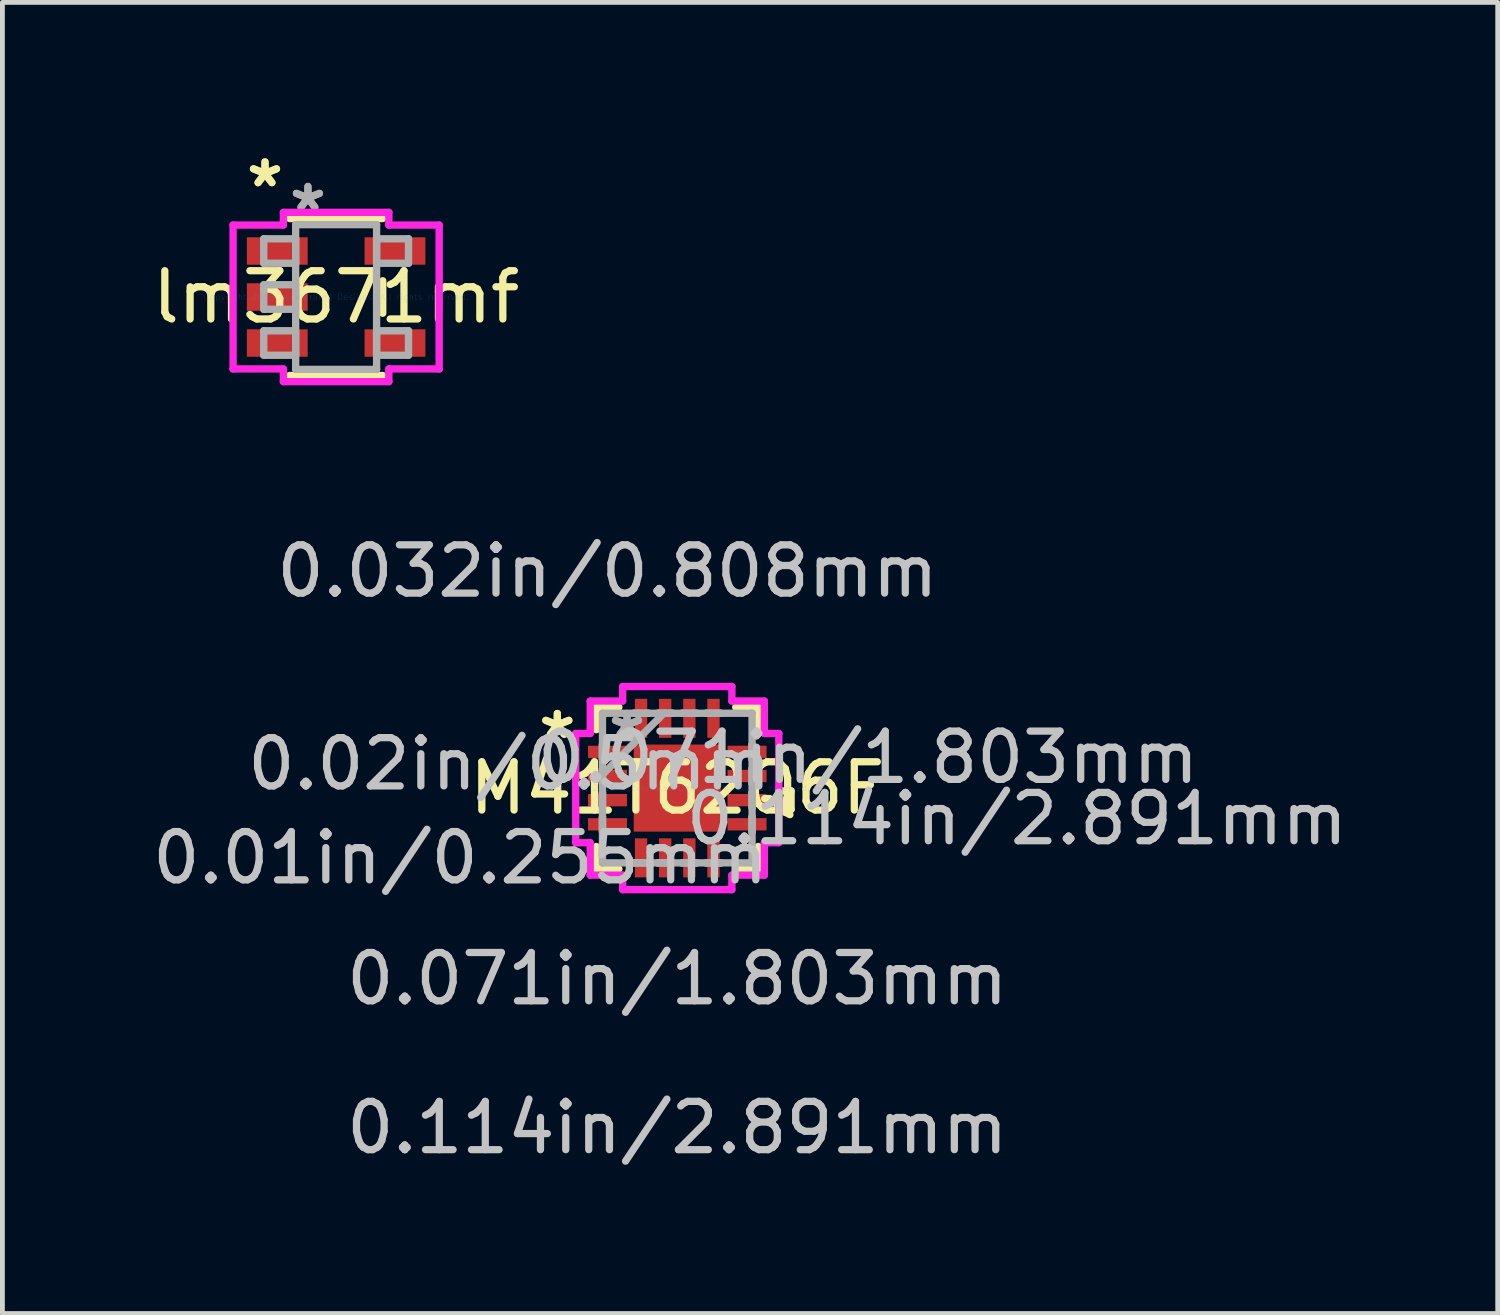
<source format=kicad_pcb>
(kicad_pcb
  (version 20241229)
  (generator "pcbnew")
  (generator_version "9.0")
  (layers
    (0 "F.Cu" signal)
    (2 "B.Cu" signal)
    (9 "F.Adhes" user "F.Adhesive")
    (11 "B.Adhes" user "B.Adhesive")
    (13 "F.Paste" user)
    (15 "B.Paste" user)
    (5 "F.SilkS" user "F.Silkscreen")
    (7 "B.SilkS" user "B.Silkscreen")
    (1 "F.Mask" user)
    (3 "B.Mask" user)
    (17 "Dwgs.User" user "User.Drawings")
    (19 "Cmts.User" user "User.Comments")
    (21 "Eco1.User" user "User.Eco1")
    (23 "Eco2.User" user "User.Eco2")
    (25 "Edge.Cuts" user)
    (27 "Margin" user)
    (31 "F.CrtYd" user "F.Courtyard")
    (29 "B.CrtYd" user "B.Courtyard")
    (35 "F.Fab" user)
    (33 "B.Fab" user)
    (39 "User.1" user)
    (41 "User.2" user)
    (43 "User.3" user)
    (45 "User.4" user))
  (footprint "M41T62Q6F"
    (layer "F.Cu")
    (at 10.976 13.271)
    (property "Reference" "M41T62Q6F" (at 0 0 0) (layer "F.SilkS") (effects (font (size 1 1) (thickness 0.15))))
    (attr through_hole)
    (fp_line (start -1.676 -1.676) (end -1.676 -1.21) (stroke (width 0.152) (type solid)) (layer "F.SilkS"))
    (fp_line (start -1.676 1.21) (end -1.676 1.676) (stroke (width 0.152) (type solid)) (layer "F.SilkS"))
    (fp_line (start -1.676 1.676) (end -1.21 1.676) (stroke (width 0.152) (type solid)) (layer "F.SilkS"))
    (fp_line (start -1.21 -1.676) (end -1.676 -1.676) (stroke (width 0.152) (type solid)) (layer "F.SilkS"))
    (fp_line (start 1.21 1.676) (end 1.676 1.676) (stroke (width 0.152) (type solid)) (layer "F.SilkS"))
    (fp_line (start 1.676 -1.676) (end 1.21 -1.676) (stroke (width 0.152) (type solid)) (layer "F.SilkS"))
    (fp_line (start 1.676 -1.21) (end 1.676 -1.676) (stroke (width 0.152) (type solid)) (layer "F.SilkS"))
    (fp_line (start 1.676 1.676) (end 1.676 1.21) (stroke (width 0.152) (type solid)) (layer "F.SilkS"))
    (fp_line (start 2.103 0.059) (end 2.357 0.059) (stroke (width 0.152) (type solid)) (layer "F.SilkS"))
    (fp_line (start 2.103 0.441) (end 2.103 0.059) (stroke (width 0.152) (type solid)) (layer "F.SilkS"))
    (fp_line (start 2.357 0.059) (end 2.357 0.441) (stroke (width 0.152) (type solid)) (layer "F.SilkS"))
    (fp_line (start 2.357 0.441) (end 2.103 0.441) (stroke (width 0.152) (type solid)) (layer "F.SilkS"))
    (fp_line (start -2.103 -1.131) (end -1.803 -1.131) (stroke (width 0.152) (type solid)) (layer "F.CrtYd"))
    (fp_line (start -2.103 1.131) (end -2.103 -1.131) (stroke (width 0.152) (type solid)) (layer "F.CrtYd"))
    (fp_line (start -1.803 -1.803) (end -1.131 -1.803) (stroke (width 0.152) (type solid)) (layer "F.CrtYd"))
    (fp_line (start -1.803 -1.131) (end -1.803 -1.803) (stroke (width 0.152) (type solid)) (layer "F.CrtYd"))
    (fp_line (start -1.803 1.131) (end -2.103 1.131) (stroke (width 0.152) (type solid)) (layer "F.CrtYd"))
    (fp_line (start -1.803 1.803) (end -1.803 1.131) (stroke (width 0.152) (type solid)) (layer "F.CrtYd"))
    (fp_line (start -1.131 -2.103) (end 1.131 -2.103) (stroke (width 0.152) (type solid)) (layer "F.CrtYd"))
    (fp_line (start -1.131 -1.803) (end -1.131 -2.103) (stroke (width 0.152) (type solid)) (layer "F.CrtYd"))
    (fp_line (start -1.131 1.803) (end -1.803 1.803) (stroke (width 0.152) (type solid)) (layer "F.CrtYd"))
    (fp_line (start -1.131 2.103) (end -1.131 1.803) (stroke (width 0.152) (type solid)) (layer "F.CrtYd"))
    (fp_line (start 1.131 -2.103) (end 1.131 -1.803) (stroke (width 0.152) (type solid)) (layer "F.CrtYd"))
    (fp_line (start 1.131 -1.803) (end 1.803 -1.803) (stroke (width 0.152) (type solid)) (layer "F.CrtYd"))
    (fp_line (start 1.131 1.803) (end 1.131 2.103) (stroke (width 0.152) (type solid)) (layer "F.CrtYd"))
    (fp_line (start 1.131 2.103) (end -1.131 2.103) (stroke (width 0.152) (type solid)) (layer "F.CrtYd"))
    (fp_line (start 1.803 -1.803) (end 1.803 -1.131) (stroke (width 0.152) (type solid)) (layer "F.CrtYd"))
    (fp_line (start 1.803 -1.131) (end 2.103 -1.131) (stroke (width 0.152) (type solid)) (layer "F.CrtYd"))
    (fp_line (start 1.803 1.131) (end 1.803 1.803) (stroke (width 0.152) (type solid)) (layer "F.CrtYd"))
    (fp_line (start 1.803 1.803) (end 1.131 1.803) (stroke (width 0.152) (type solid)) (layer "F.CrtYd"))
    (fp_line (start 2.103 -1.131) (end 2.103 1.131) (stroke (width 0.152) (type solid)) (layer "F.CrtYd"))
    (fp_line (start 2.103 1.131) (end 1.803 1.131) (stroke (width 0.152) (type solid)) (layer "F.CrtYd"))
    (fp_line (start -1.549 -1.549) (end -1.549 -1.549) (stroke (width 0.152) (type solid)) (layer "F.Fab"))
    (fp_line (start -1.549 -1.549) (end -1.549 1.549) (stroke (width 0.152) (type solid)) (layer "F.Fab"))
    (fp_line (start -1.549 -0.902) (end -1.549 -0.902) (stroke (width 0.152) (type solid)) (layer "F.Fab"))
    (fp_line (start -1.549 -0.902) (end -1.549 -0.598) (stroke (width 0.152) (type solid)) (layer "F.Fab"))
    (fp_line (start -1.549 -0.598) (end -1.549 -0.902) (stroke (width 0.152) (type solid)) (layer "F.Fab"))
    (fp_line (start -1.549 -0.598) (end -1.549 -0.598) (stroke (width 0.152) (type solid)) (layer "F.Fab"))
    (fp_line (start -1.549 -0.402) (end -1.549 -0.402) (stroke (width 0.152) (type solid)) (layer "F.Fab"))
    (fp_line (start -1.549 -0.402) (end -1.549 -0.098) (stroke (width 0.152) (type solid)) (layer "F.Fab"))
    (fp_line (start -1.549 -0.279) (end -0.279 -1.549) (stroke (width 0.152) (type solid)) (layer "F.Fab"))
    (fp_line (start -1.549 -0.098) (end -1.549 -0.402) (stroke (width 0.152) (type solid)) (layer "F.Fab"))
    (fp_line (start -1.549 -0.098) (end -1.549 -0.098) (stroke (width 0.152) (type solid)) (layer "F.Fab"))
    (fp_line (start -1.549 0.098) (end -1.549 0.098) (stroke (width 0.152) (type solid)) (layer "F.Fab"))
    (fp_line (start -1.549 0.098) (end -1.549 0.402) (stroke (width 0.152) (type solid)) (layer "F.Fab"))
    (fp_line (start -1.549 0.402) (end -1.549 0.098) (stroke (width 0.152) (type solid)) (layer "F.Fab"))
    (fp_line (start -1.549 0.402) (end -1.549 0.402) (stroke (width 0.152) (type solid)) (layer "F.Fab"))
    (fp_line (start -1.549 0.598) (end -1.549 0.598) (stroke (width 0.152) (type solid)) (layer "F.Fab"))
    (fp_line (start -1.549 0.598) (end -1.549 0.902) (stroke (width 0.152) (type solid)) (layer "F.Fab"))
    (fp_line (start -1.549 0.902) (end -1.549 0.598) (stroke (width 0.152) (type solid)) (layer "F.Fab"))
    (fp_line (start -1.549 0.902) (end -1.549 0.902) (stroke (width 0.152) (type solid)) (layer "F.Fab"))
    (fp_line (start -1.549 1.549) (end -1.549 1.549) (stroke (width 0.152) (type solid)) (layer "F.Fab"))
    (fp_line (start -1.549 1.549) (end 1.549 1.549) (stroke (width 0.152) (type solid)) (layer "F.Fab"))
    (fp_line (start -0.902 -1.549) (end -0.902 -1.549) (stroke (width 0.152) (type solid)) (layer "F.Fab"))
    (fp_line (start -0.902 -1.549) (end -0.598 -1.549) (stroke (width 0.152) (type solid)) (layer "F.Fab"))
    (fp_line (start -0.902 1.549) (end -0.902 1.549) (stroke (width 0.152) (type solid)) (layer "F.Fab"))
    (fp_line (start -0.902 1.549) (end -0.598 1.549) (stroke (width 0.152) (type solid)) (layer "F.Fab"))
    (fp_line (start -0.598 -1.549) (end -0.902 -1.549) (stroke (width 0.152) (type solid)) (layer "F.Fab"))
    (fp_line (start -0.598 -1.549) (end -0.598 -1.549) (stroke (width 0.152) (type solid)) (layer "F.Fab"))
    (fp_line (start -0.598 1.549) (end -0.902 1.549) (stroke (width 0.152) (type solid)) (layer "F.Fab"))
    (fp_line (start -0.598 1.549) (end -0.598 1.549) (stroke (width 0.152) (type solid)) (layer "F.Fab"))
    (fp_line (start -0.402 -1.549) (end -0.402 -1.549) (stroke (width 0.152) (type solid)) (layer "F.Fab"))
    (fp_line (start -0.402 -1.549) (end -0.098 -1.549) (stroke (width 0.152) (type solid)) (layer "F.Fab"))
    (fp_line (start -0.402 1.549) (end -0.402 1.549) (stroke (width 0.152) (type solid)) (layer "F.Fab"))
    (fp_line (start -0.402 1.549) (end -0.098 1.549) (stroke (width 0.152) (type solid)) (layer "F.Fab"))
    (fp_line (start -0.098 -1.549) (end -0.402 -1.549) (stroke (width 0.152) (type solid)) (layer "F.Fab"))
    (fp_line (start -0.098 -1.549) (end -0.098 -1.549) (stroke (width 0.152) (type solid)) (layer "F.Fab"))
    (fp_line (start -0.098 1.549) (end -0.402 1.549) (stroke (width 0.152) (type solid)) (layer "F.Fab"))
    (fp_line (start -0.098 1.549) (end -0.098 1.549) (stroke (width 0.152) (type solid)) (layer "F.Fab"))
    (fp_line (start 0.098 -1.549) (end 0.098 -1.549) (stroke (width 0.152) (type solid)) (layer "F.Fab"))
    (fp_line (start 0.098 -1.549) (end 0.402 -1.549) (stroke (width 0.152) (type solid)) (layer "F.Fab"))
    (fp_line (start 0.098 1.549) (end 0.098 1.549) (stroke (width 0.152) (type solid)) (layer "F.Fab"))
    (fp_line (start 0.098 1.549) (end 0.402 1.549) (stroke (width 0.152) (type solid)) (layer "F.Fab"))
    (fp_line (start 0.402 -1.549) (end 0.098 -1.549) (stroke (width 0.152) (type solid)) (layer "F.Fab"))
    (fp_line (start 0.402 -1.549) (end 0.402 -1.549) (stroke (width 0.152) (type solid)) (layer "F.Fab"))
    (fp_line (start 0.402 1.549) (end 0.098 1.549) (stroke (width 0.152) (type solid)) (layer "F.Fab"))
    (fp_line (start 0.402 1.549) (end 0.402 1.549) (stroke (width 0.152) (type solid)) (layer "F.Fab"))
    (fp_line (start 0.598 -1.549) (end 0.598 -1.549) (stroke (width 0.152) (type solid)) (layer "F.Fab"))
    (fp_line (start 0.598 -1.549) (end 0.902 -1.549) (stroke (width 0.152) (type solid)) (layer "F.Fab"))
    (fp_line (start 0.598 1.549) (end 0.598 1.549) (stroke (width 0.152) (type solid)) (layer "F.Fab"))
    (fp_line (start 0.598 1.549) (end 0.902 1.549) (stroke (width 0.152) (type solid)) (layer "F.Fab"))
    (fp_line (start 0.902 -1.549) (end 0.598 -1.549) (stroke (width 0.152) (type solid)) (layer "F.Fab"))
    (fp_line (start 0.902 -1.549) (end 0.902 -1.549) (stroke (width 0.152) (type solid)) (layer "F.Fab"))
    (fp_line (start 0.902 1.549) (end 0.598 1.549) (stroke (width 0.152) (type solid)) (layer "F.Fab"))
    (fp_line (start 0.902 1.549) (end 0.902 1.549) (stroke (width 0.152) (type solid)) (layer "F.Fab"))
    (fp_line (start 1.549 -1.549) (end -1.549 -1.549) (stroke (width 0.152) (type solid)) (layer "F.Fab"))
    (fp_line (start 1.549 -1.549) (end 1.549 -1.549) (stroke (width 0.152) (type solid)) (layer "F.Fab"))
    (fp_line (start 1.549 -0.902) (end 1.549 -0.902) (stroke (width 0.152) (type solid)) (layer "F.Fab"))
    (fp_line (start 1.549 -0.902) (end 1.549 -0.598) (stroke (width 0.152) (type solid)) (layer "F.Fab"))
    (fp_line (start 1.549 -0.598) (end 1.549 -0.902) (stroke (width 0.152) (type solid)) (layer "F.Fab"))
    (fp_line (start 1.549 -0.598) (end 1.549 -0.598) (stroke (width 0.152) (type solid)) (layer "F.Fab"))
    (fp_line (start 1.549 -0.402) (end 1.549 -0.402) (stroke (width 0.152) (type solid)) (layer "F.Fab"))
    (fp_line (start 1.549 -0.402) (end 1.549 -0.098) (stroke (width 0.152) (type solid)) (layer "F.Fab"))
    (fp_line (start 1.549 -0.098) (end 1.549 -0.402) (stroke (width 0.152) (type solid)) (layer "F.Fab"))
    (fp_line (start 1.549 -0.098) (end 1.549 -0.098) (stroke (width 0.152) (type solid)) (layer "F.Fab"))
    (fp_line (start 1.549 0.098) (end 1.549 0.098) (stroke (width 0.152) (type solid)) (layer "F.Fab"))
    (fp_line (start 1.549 0.098) (end 1.549 0.402) (stroke (width 0.152) (type solid)) (layer "F.Fab"))
    (fp_line (start 1.549 0.402) (end 1.549 0.098) (stroke (width 0.152) (type solid)) (layer "F.Fab"))
    (fp_line (start 1.549 0.402) (end 1.549 0.402) (stroke (width 0.152) (type solid)) (layer "F.Fab"))
    (fp_line (start 1.549 0.598) (end 1.549 0.598) (stroke (width 0.152) (type solid)) (layer "F.Fab"))
    (fp_line (start 1.549 0.598) (end 1.549 0.902) (stroke (width 0.152) (type solid)) (layer "F.Fab"))
    (fp_line (start 1.549 0.902) (end 1.549 0.598) (stroke (width 0.152) (type solid)) (layer "F.Fab"))
    (fp_line (start 1.549 0.902) (end 1.549 0.902) (stroke (width 0.152) (type solid)) (layer "F.Fab"))
    (fp_line (start 1.549 1.549) (end 1.549 -1.549) (stroke (width 0.152) (type solid)) (layer "F.Fab"))
    (fp_line (start 1.549 1.549) (end 1.549 1.549) (stroke (width 0.152) (type solid)) (layer "F.Fab"))
    (fp_text user "*" (at -2.484 -1 0) (layer "F.SilkS") (effects (font (size 1 1) (thickness 0.15))))
    (fp_text user "*" (at -2.484 -1 0) (layer "F.SilkS") (effects (font (size 1 1) (thickness 0.15))))
    (fp_text user "0.071in/1.803mm" (at 0 3.95 0) (layer "Dwgs.User") (effects (font (size 1 1) (thickness 0.15))))
    (fp_text user "0.114in/2.891mm" (at 7.033 0.635 0) (layer "Dwgs.User") (effects (font (size 1 1) (thickness 0.15))))
    (fp_text user "0.01in/0.255mm" (at -4.493 1.445 0) (layer "Dwgs.User") (effects (font (size 1 1) (thickness 0.15))))
    (fp_text user "0.032in/0.808mm" (at -1.445 -4.493 0) (layer "Dwgs.User") (effects (font (size 1 1) (thickness 0.15))))
    (fp_text user "0.071in/1.803mm" (at 3.95 -0.635 0) (layer "Dwgs.User") (effects (font (size 1 1) (thickness 0.15))))
    (fp_text user "0.114in/2.891mm" (at 0 7.033 0) (layer "Dwgs.User") (effects (font (size 1 1) (thickness 0.15))))
    (fp_text user "0.02in/0.5mm" (at -3.477 -0.5 0) (layer "Dwgs.User") (effects (font (size 1 1) (thickness 0.15))))
    (fp_text user "Copyright 2016 Accelerated Designs. All rights reserved." (at 0 0 0) (layer "Cmts.User") (effects (font (size 0.127 0.127) (thickness 0.002))))
    (fp_text user "*" (at -1.041 -1 0) (layer "F.Fab") (effects (font (size 1 1) (thickness 0.15))))
    (fp_text user "*" (at -1.041 -1 0) (layer "F.Fab") (effects (font (size 1 1) (thickness 0.15))))
    (pad "1" smd rect (at -1.445 -0.75 90) (size 0.255 0.808) (layers "F.Cu" "F.Mask" "F.Paste"))
    (pad "2" smd rect (at -1.445 -0.25 90) (size 0.255 0.808) (layers "F.Cu" "F.Mask" "F.Paste"))
    (pad "3" smd rect (at -1.445 0.25 90) (size 0.255 0.808) (layers "F.Cu" "F.Mask" "F.Paste"))
    (pad "4" smd rect (at -1.445 0.75 90) (size 0.255 0.808) (layers "F.Cu" "F.Mask" "F.Paste"))
    (pad "5" smd rect (at -0.75 1.445) (size 0.255 0.808) (layers "F.Cu" "F.Mask" "F.Paste"))
    (pad "6" smd rect (at -0.25 1.445) (size 0.255 0.808) (layers "F.Cu" "F.Mask" "F.Paste"))
    (pad "7" smd rect (at 0.25 1.445) (size 0.255 0.808) (layers "F.Cu" "F.Mask" "F.Paste"))
    (pad "8" smd rect (at 0.75 1.445) (size 0.255 0.808) (layers "F.Cu" "F.Mask" "F.Paste"))
    (pad "9" smd rect (at 1.445 0.75 90) (size 0.255 0.808) (layers "F.Cu" "F.Mask" "F.Paste"))
    (pad "10" smd rect (at 1.445 0.25 90) (size 0.255 0.808) (layers "F.Cu" "F.Mask" "F.Paste"))
    (pad "11" smd rect (at 1.445 -0.25 90) (size 0.255 0.808) (layers "F.Cu" "F.Mask" "F.Paste"))
    (pad "12" smd rect (at 1.445 -0.75 90) (size 0.255 0.808) (layers "F.Cu" "F.Mask" "F.Paste"))
    (pad "13" smd rect (at 0.75 -1.445) (size 0.255 0.808) (layers "F.Cu" "F.Mask" "F.Paste"))
    (pad "14" smd rect (at 0.25 -1.445) (size 0.255 0.808) (layers "F.Cu" "F.Mask" "F.Paste"))
    (pad "15" smd rect (at -0.25 -1.445) (size 0.255 0.808) (layers "F.Cu" "F.Mask" "F.Paste"))
    (pad "16" smd rect (at -0.75 -1.445) (size 0.255 0.808) (layers "F.Cu" "F.Mask" "F.Paste"))
    (pad "17" smd rect (at 0 0) (size 1.803 1.803) (layers "F.Cu" "F.Mask" "F.Paste")))
  (footprint "lm3671mf"
    (layer "F.Cu")
    (at 3.911 3.101)
    (property "Reference" "lm3671mf" (at 0 0 0) (layer "F.SilkS") (effects (font (size 1 1) (thickness 0.15))))
    (attr through_hole)
    (fp_line (start -0.965 1.626) (end 0.965 1.626) (stroke (width 0.152) (type solid)) (layer "F.SilkS"))
    (fp_line (start 0.965 -1.626) (end -0.965 -1.626) (stroke (width 0.152) (type solid)) (layer "F.SilkS"))
    (fp_line (start 0.965 0.336) (end 0.965 -0.336) (stroke (width 0.152) (type solid)) (layer "F.SilkS"))
    (fp_line (start -2.134 -1.49) (end -1.092 -1.49) (stroke (width 0.152) (type solid)) (layer "F.CrtYd"))
    (fp_line (start -2.134 1.49) (end -2.134 -1.49) (stroke (width 0.152) (type solid)) (layer "F.CrtYd"))
    (fp_line (start -1.092 -1.753) (end 1.092 -1.753) (stroke (width 0.152) (type solid)) (layer "F.CrtYd"))
    (fp_line (start -1.092 -1.49) (end -1.092 -1.753) (stroke (width 0.152) (type solid)) (layer "F.CrtYd"))
    (fp_line (start -1.092 1.49) (end -2.134 1.49) (stroke (width 0.152) (type solid)) (layer "F.CrtYd"))
    (fp_line (start -1.092 1.753) (end -1.092 1.49) (stroke (width 0.152) (type solid)) (layer "F.CrtYd"))
    (fp_line (start 1.092 -1.753) (end 1.092 -1.49) (stroke (width 0.152) (type solid)) (layer "F.CrtYd"))
    (fp_line (start 1.092 -1.49) (end 2.134 -1.49) (stroke (width 0.152) (type solid)) (layer "F.CrtYd"))
    (fp_line (start 1.092 1.49) (end 1.092 1.753) (stroke (width 0.152) (type solid)) (layer "F.CrtYd"))
    (fp_line (start 1.092 1.753) (end -1.092 1.753) (stroke (width 0.152) (type solid)) (layer "F.CrtYd"))
    (fp_line (start 2.134 -1.49) (end 2.134 1.49) (stroke (width 0.152) (type solid)) (layer "F.CrtYd"))
    (fp_line (start 2.134 1.49) (end 1.092 1.49) (stroke (width 0.152) (type solid)) (layer "F.CrtYd"))
    (fp_line (start -1.499 -1.206) (end -1.499 -0.699) (stroke (width 0.152) (type solid)) (layer "F.Fab"))
    (fp_line (start -1.499 -0.699) (end -0.838 -0.699) (stroke (width 0.152) (type solid)) (layer "F.Fab"))
    (fp_line (start -1.499 -0.254) (end -1.499 0.254) (stroke (width 0.152) (type solid)) (layer "F.Fab"))
    (fp_line (start -1.499 0.254) (end -0.838 0.254) (stroke (width 0.152) (type solid)) (layer "F.Fab"))
    (fp_line (start -1.499 0.699) (end -1.499 1.206) (stroke (width 0.152) (type solid)) (layer "F.Fab"))
    (fp_line (start -1.499 1.206) (end -0.838 1.206) (stroke (width 0.152) (type solid)) (layer "F.Fab"))
    (fp_line (start -0.838 -1.499) (end -0.838 1.499) (stroke (width 0.152) (type solid)) (layer "F.Fab"))
    (fp_line (start -0.838 -1.206) (end -1.499 -1.206) (stroke (width 0.152) (type solid)) (layer "F.Fab"))
    (fp_line (start -0.838 -0.699) (end -0.838 -1.206) (stroke (width 0.152) (type solid)) (layer "F.Fab"))
    (fp_line (start -0.838 -0.254) (end -1.499 -0.254) (stroke (width 0.152) (type solid)) (layer "F.Fab"))
    (fp_line (start -0.838 0.254) (end -0.838 -0.254) (stroke (width 0.152) (type solid)) (layer "F.Fab"))
    (fp_line (start -0.838 0.699) (end -1.499 0.699) (stroke (width 0.152) (type solid)) (layer "F.Fab"))
    (fp_line (start -0.838 1.206) (end -0.838 0.699) (stroke (width 0.152) (type solid)) (layer "F.Fab"))
    (fp_line (start -0.838 1.499) (end 0.838 1.499) (stroke (width 0.152) (type solid)) (layer "F.Fab"))
    (fp_line (start 0.838 -1.499) (end -0.838 -1.499) (stroke (width 0.152) (type solid)) (layer "F.Fab"))
    (fp_line (start 0.838 -1.206) (end 0.838 -0.699) (stroke (width 0.152) (type solid)) (layer "F.Fab"))
    (fp_line (start 0.838 -0.699) (end 1.499 -0.699) (stroke (width 0.152) (type solid)) (layer "F.Fab"))
    (fp_line (start 0.838 0.699) (end 0.838 1.206) (stroke (width 0.152) (type solid)) (layer "F.Fab"))
    (fp_line (start 0.838 1.206) (end 1.499 1.206) (stroke (width 0.152) (type solid)) (layer "F.Fab"))
    (fp_line (start 0.838 1.499) (end 0.838 -1.499) (stroke (width 0.152) (type solid)) (layer "F.Fab"))
    (fp_line (start 1.499 -1.206) (end 0.838 -1.206) (stroke (width 0.152) (type solid)) (layer "F.Fab"))
    (fp_line (start 1.499 -0.699) (end 1.499 -1.206) (stroke (width 0.152) (type solid)) (layer "F.Fab"))
    (fp_line (start 1.499 0.699) (end 0.838 0.699) (stroke (width 0.152) (type solid)) (layer "F.Fab"))
    (fp_line (start 1.499 1.206) (end 1.499 0.699) (stroke (width 0.152) (type solid)) (layer "F.Fab"))
    (fp_text user "*" (at -1.473 -2.252 0) (layer "F.SilkS") (effects (font (size 1 1) (thickness 0.15))))
    (fp_text user "*" (at -1.473 -2.252 0) (layer "F.SilkS") (effects (font (size 1 1) (thickness 0.15))))
    (fp_text user "Copyright 2016 Accelerated Designs. All rights reserved." (at 0 0 0) (layer "Cmts.User") (effects (font (size 0.127 0.127) (thickness 0.002))))
    (fp_text user "*" (at -0.584 -1.744 0) (layer "F.Fab") (effects (font (size 1 1) (thickness 0.15))))
    (fp_text user "*" (at -0.584 -1.744 0) (layer "F.Fab") (effects (font (size 1 1) (thickness 0.15))))
    (pad "1" smd rect (at -1.219 -0.953) (size 1.259 0.568) (layers "F.Cu" "F.Mask" "F.Paste"))
    (pad "2" smd rect (at -1.219 0) (size 1.259 0.568) (layers "F.Cu" "F.Mask" "F.Paste"))
    (pad "3" smd rect (at -1.219 0.953) (size 1.259 0.568) (layers "F.Cu" "F.Mask" "F.Paste"))
    (pad "4" smd rect (at 1.219 0.953) (size 1.259 0.568) (layers "F.Cu" "F.Mask" "F.Paste"))
    (pad "5" smd rect (at 1.219 -0.953) (size 1.259 0.568) (layers "F.Cu" "F.Mask" "F.Paste")))
  (gr_rect
    (start -3 -3)
    (end 27.967 24.153)
    (stroke (width 0.1) (type default))
    (fill no)
    (layer "Edge.Cuts")))
</source>
